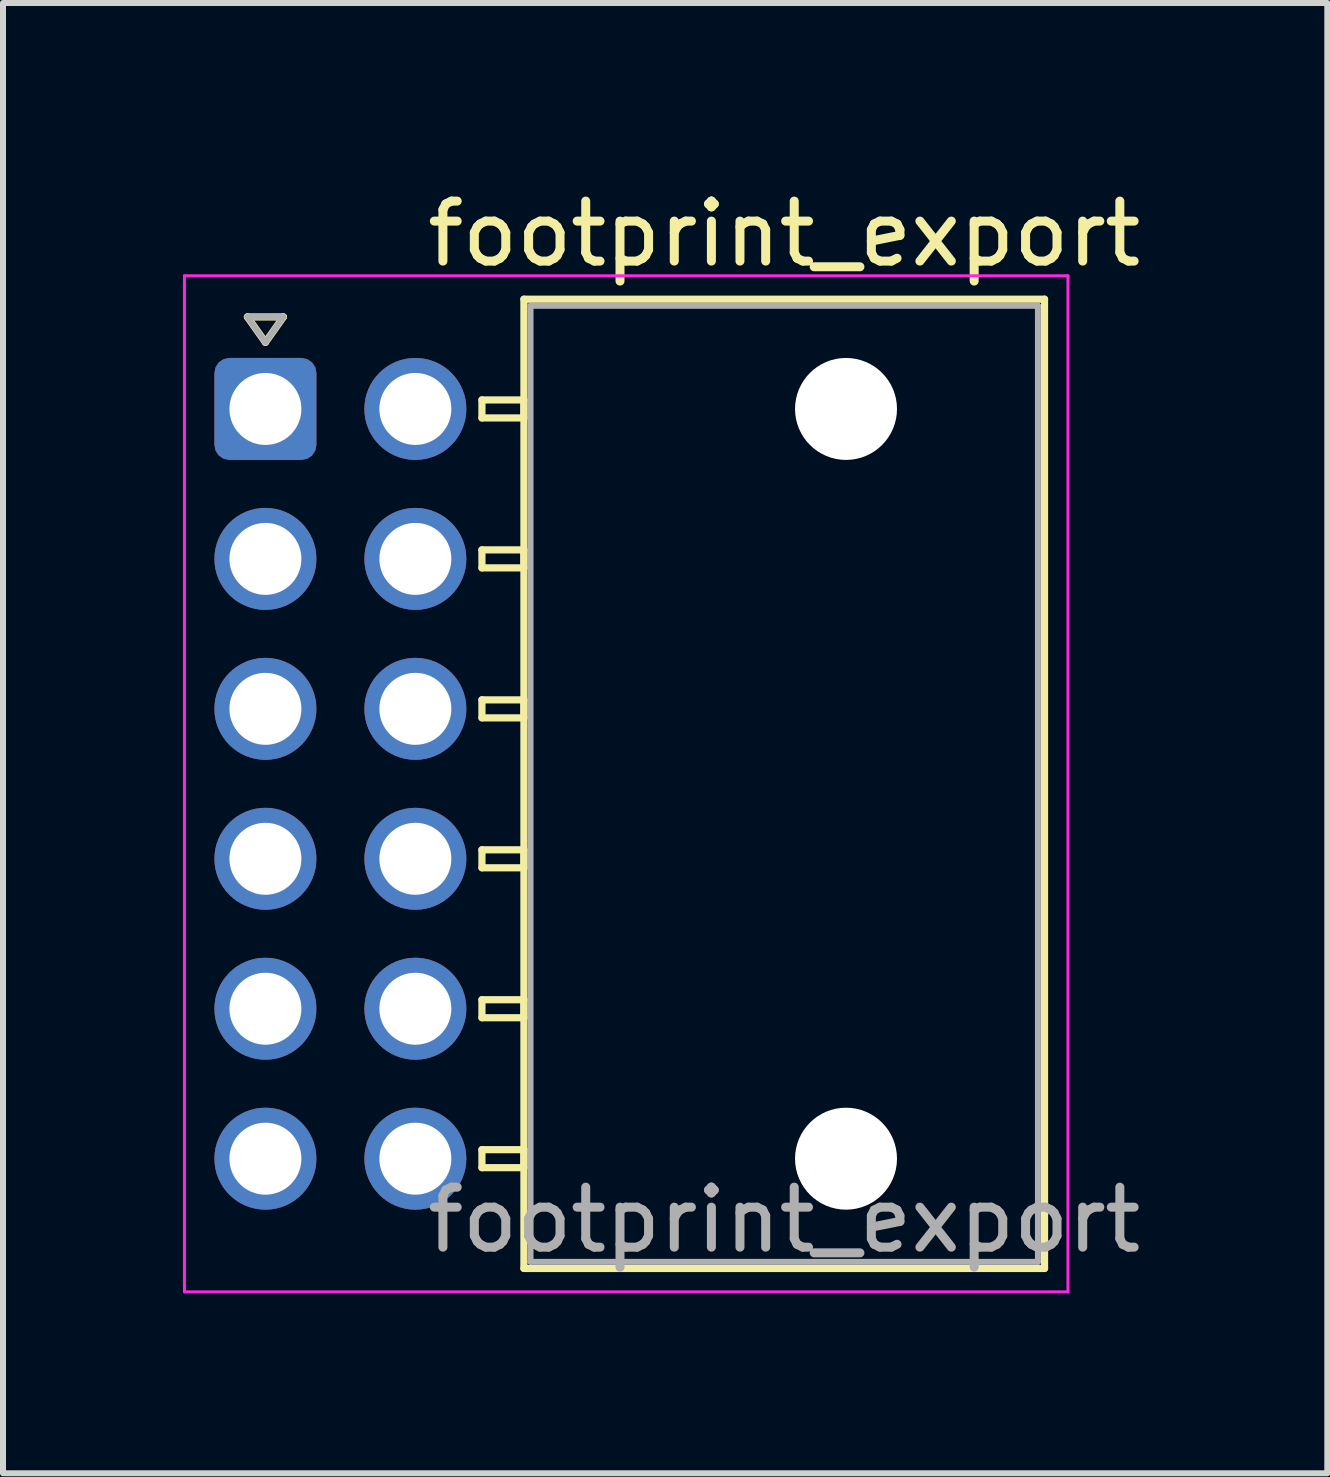
<source format=kicad_pcb>
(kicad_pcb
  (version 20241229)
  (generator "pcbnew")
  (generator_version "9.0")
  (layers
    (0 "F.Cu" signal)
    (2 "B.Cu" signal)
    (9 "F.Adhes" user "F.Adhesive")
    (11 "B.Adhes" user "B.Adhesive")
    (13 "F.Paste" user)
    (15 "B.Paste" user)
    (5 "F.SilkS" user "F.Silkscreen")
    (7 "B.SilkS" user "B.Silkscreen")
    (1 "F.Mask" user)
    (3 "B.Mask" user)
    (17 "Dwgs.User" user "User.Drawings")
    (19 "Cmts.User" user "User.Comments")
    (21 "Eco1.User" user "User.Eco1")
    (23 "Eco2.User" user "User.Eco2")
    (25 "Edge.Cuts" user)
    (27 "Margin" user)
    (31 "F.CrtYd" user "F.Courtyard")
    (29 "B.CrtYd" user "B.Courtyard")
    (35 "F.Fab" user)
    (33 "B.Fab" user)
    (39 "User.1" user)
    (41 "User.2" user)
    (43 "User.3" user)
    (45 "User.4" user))
  (footprint "footprint_export"
    (layer "F.Cu")
    (at 1.375 3.768)
    (property "Reference" "footprint_export" (at 8.65 -2.92 0) (layer "F.SilkS") (effects (font (size 1 1) (thickness 0.15))))
    (attr through_hole)
    (fp_line (start -0.3 -1.534) (end 0 -1.11) (stroke (width 0.12) (type solid)) (layer "F.SilkS"))
    (fp_line (start 0 -1.11) (end 0.3 -1.534) (stroke (width 0.12) (type solid)) (layer "F.SilkS"))
    (fp_line (start 0.3 -1.534) (end -0.3 -1.534) (stroke (width 0.12) (type solid)) (layer "F.SilkS"))
    (fp_line (start 3.61 -0.15) (end 3.61 0.15) (stroke (width 0.12) (type solid)) (layer "F.SilkS"))
    (fp_line (start 3.61 0.15) (end 4.31 0.15) (stroke (width 0.12) (type solid)) (layer "F.SilkS"))
    (fp_line (start 3.61 2.35) (end 3.61 2.65) (stroke (width 0.12) (type solid)) (layer "F.SilkS"))
    (fp_line (start 3.61 2.65) (end 4.31 2.65) (stroke (width 0.12) (type solid)) (layer "F.SilkS"))
    (fp_line (start 3.61 4.85) (end 3.61 5.15) (stroke (width 0.12) (type solid)) (layer "F.SilkS"))
    (fp_line (start 3.61 5.15) (end 4.31 5.15) (stroke (width 0.12) (type solid)) (layer "F.SilkS"))
    (fp_line (start 3.61 7.35) (end 3.61 7.65) (stroke (width 0.12) (type solid)) (layer "F.SilkS"))
    (fp_line (start 3.61 7.65) (end 4.31 7.65) (stroke (width 0.12) (type solid)) (layer "F.SilkS"))
    (fp_line (start 3.61 9.85) (end 3.61 10.15) (stroke (width 0.12) (type solid)) (layer "F.SilkS"))
    (fp_line (start 3.61 10.15) (end 4.31 10.15) (stroke (width 0.12) (type solid)) (layer "F.SilkS"))
    (fp_line (start 3.61 12.35) (end 3.61 12.65) (stroke (width 0.12) (type solid)) (layer "F.SilkS"))
    (fp_line (start 3.61 12.65) (end 4.31 12.65) (stroke (width 0.12) (type solid)) (layer "F.SilkS"))
    (fp_line (start 4.31 -1.83) (end 4.31 14.33) (stroke (width 0.12) (type solid)) (layer "F.SilkS"))
    (fp_line (start 4.31 -0.15) (end 3.61 -0.15) (stroke (width 0.12) (type solid)) (layer "F.SilkS"))
    (fp_line (start 4.31 0.15) (end 4.31 -0.15) (stroke (width 0.12) (type solid)) (layer "F.SilkS"))
    (fp_line (start 4.31 2.35) (end 3.61 2.35) (stroke (width 0.12) (type solid)) (layer "F.SilkS"))
    (fp_line (start 4.31 2.65) (end 4.31 2.35) (stroke (width 0.12) (type solid)) (layer "F.SilkS"))
    (fp_line (start 4.31 4.85) (end 3.61 4.85) (stroke (width 0.12) (type solid)) (layer "F.SilkS"))
    (fp_line (start 4.31 5.15) (end 4.31 4.85) (stroke (width 0.12) (type solid)) (layer "F.SilkS"))
    (fp_line (start 4.31 7.35) (end 3.61 7.35) (stroke (width 0.12) (type solid)) (layer "F.SilkS"))
    (fp_line (start 4.31 7.65) (end 4.31 7.35) (stroke (width 0.12) (type solid)) (layer "F.SilkS"))
    (fp_line (start 4.31 9.85) (end 3.61 9.85) (stroke (width 0.12) (type solid)) (layer "F.SilkS"))
    (fp_line (start 4.31 10.15) (end 4.31 9.85) (stroke (width 0.12) (type solid)) (layer "F.SilkS"))
    (fp_line (start 4.31 12.35) (end 3.61 12.35) (stroke (width 0.12) (type solid)) (layer "F.SilkS"))
    (fp_line (start 4.31 12.65) (end 4.31 12.35) (stroke (width 0.12) (type solid)) (layer "F.SilkS"))
    (fp_line (start 4.31 14.33) (end 12.99 14.33) (stroke (width 0.12) (type solid)) (layer "F.SilkS"))
    (fp_line (start 12.99 -1.83) (end 4.31 -1.83) (stroke (width 0.12) (type solid)) (layer "F.SilkS"))
    (fp_line (start 12.99 14.33) (end 12.99 -1.83) (stroke (width 0.12) (type solid)) (layer "F.SilkS"))
    (fp_line (start -1.35 -2.22) (end -1.35 14.72) (stroke (width 0.05) (type solid)) (layer "F.CrtYd"))
    (fp_line (start -1.35 14.72) (end 13.38 14.72) (stroke (width 0.05) (type solid)) (layer "F.CrtYd"))
    (fp_line (start 13.38 -2.22) (end -1.35 -2.22) (stroke (width 0.05) (type solid)) (layer "F.CrtYd"))
    (fp_line (start 13.38 14.72) (end 13.38 -2.22) (stroke (width 0.05) (type solid)) (layer "F.CrtYd"))
    (fp_line (start -0.3 -1.534) (end 0 -1.11) (stroke (width 0.1) (type solid)) (layer "F.Fab"))
    (fp_line (start 0 -1.11) (end 0.3 -1.534) (stroke (width 0.1) (type solid)) (layer "F.Fab"))
    (fp_line (start 0.3 -1.534) (end -0.3 -1.534) (stroke (width 0.1) (type solid)) (layer "F.Fab"))
    (fp_line (start 4.42 -1.72) (end 4.42 14.22) (stroke (width 0.1) (type solid)) (layer "F.Fab"))
    (fp_line (start 4.42 14.22) (end 12.88 14.22) (stroke (width 0.1) (type solid)) (layer "F.Fab"))
    (fp_line (start 12.88 -1.72) (end 4.42 -1.72) (stroke (width 0.1) (type solid)) (layer "F.Fab"))
    (fp_line (start 12.88 14.22) (end 12.88 -1.72) (stroke (width 0.1) (type solid)) (layer "F.Fab"))
    (fp_text user "${REFERENCE}" (at 8.65 13.52 0) (layer "F.Fab") (effects (font (size 1 1) (thickness 0.15))))
    (pad "" np_thru_hole circle (at 9.68 0) (size 1.7 1.7) (drill 1.7) (layers "*.Cu" "*.Mask"))
    (pad "" np_thru_hole circle (at 9.68 12.5) (size 1.7 1.7) (drill 1.7) (layers "*.Cu" "*.Mask"))
    (pad "1" thru_hole roundrect (at 0 0) (size 1.7 1.7) (drill 1.2) (layers "*.Cu" "*.Mask") (roundrect_rratio 0.147))
    (pad "2" thru_hole circle (at 0 2.5) (size 1.7 1.7) (drill 1.2) (layers "*.Cu" "*.Mask"))
    (pad "3" thru_hole circle (at 0 5) (size 1.7 1.7) (drill 1.2) (layers "*.Cu" "*.Mask"))
    (pad "4" thru_hole circle (at 0 7.5) (size 1.7 1.7) (drill 1.2) (layers "*.Cu" "*.Mask"))
    (pad "5" thru_hole circle (at 0 10) (size 1.7 1.7) (drill 1.2) (layers "*.Cu" "*.Mask"))
    (pad "6" thru_hole circle (at 0 12.5) (size 1.7 1.7) (drill 1.2) (layers "*.Cu" "*.Mask"))
    (pad "7" thru_hole circle (at 2.5 0) (size 1.7 1.7) (drill 1.2) (layers "*.Cu" "*.Mask"))
    (pad "8" thru_hole circle (at 2.5 2.5) (size 1.7 1.7) (drill 1.2) (layers "*.Cu" "*.Mask"))
    (pad "9" thru_hole circle (at 2.5 5) (size 1.7 1.7) (drill 1.2) (layers "*.Cu" "*.Mask"))
    (pad "10" thru_hole circle (at 2.5 7.5) (size 1.7 1.7) (drill 1.2) (layers "*.Cu" "*.Mask"))
    (pad "11" thru_hole circle (at 2.5 10) (size 1.7 1.7) (drill 1.2) (layers "*.Cu" "*.Mask"))
    (pad "12" thru_hole circle (at 2.5 12.5) (size 1.7 1.7) (drill 1.2) (layers "*.Cu" "*.Mask")))
  (gr_rect
    (start -3 -3)
    (end 19.079 21.513)
    (stroke (width 0.1) (type default))
    (fill no)
    (layer "Edge.Cuts")))
</source>
